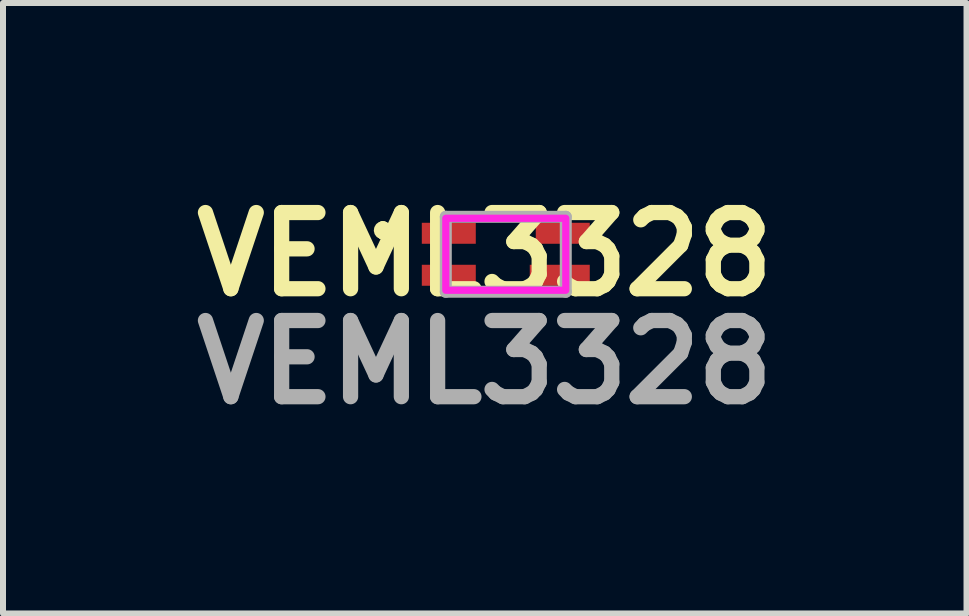
<source format=kicad_pcb>
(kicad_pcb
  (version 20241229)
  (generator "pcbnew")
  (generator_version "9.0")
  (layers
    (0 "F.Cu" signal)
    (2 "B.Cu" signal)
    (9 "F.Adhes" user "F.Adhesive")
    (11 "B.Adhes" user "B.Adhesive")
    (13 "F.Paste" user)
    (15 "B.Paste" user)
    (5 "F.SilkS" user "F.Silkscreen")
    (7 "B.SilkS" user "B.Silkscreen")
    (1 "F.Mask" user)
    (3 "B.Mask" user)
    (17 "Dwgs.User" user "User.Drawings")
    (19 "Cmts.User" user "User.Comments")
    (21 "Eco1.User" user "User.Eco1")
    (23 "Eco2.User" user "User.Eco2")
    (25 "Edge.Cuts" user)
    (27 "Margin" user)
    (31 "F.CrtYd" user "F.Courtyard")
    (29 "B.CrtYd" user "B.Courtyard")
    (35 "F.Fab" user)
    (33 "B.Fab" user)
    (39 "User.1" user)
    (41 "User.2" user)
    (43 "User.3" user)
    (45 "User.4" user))
  (footprint "VEML3328"
    (layer "F.Cu")
    (at 5.382 1.189)
    (property "Reference" "VEML3328" (at -0.35 0 0) (layer "F.SilkS") (effects (font (size 1.27 1.27) (thickness 0.254))))
    (attr smd)
    (fp_line (start -2.05 -0.45) (end -2.05 -0.45) (stroke (width 0.2) (type solid)) (layer "F.SilkS"))
    (fp_line (start -2.05 -0.35) (end -2.05 -0.35) (stroke (width 0.2) (type solid)) (layer "F.SilkS"))
    (fp_line (start -2.05 -0.35) (end -2.05 -0.35) (stroke (width 0.2) (type solid)) (layer "F.SilkS"))
    (fp_arc (start -2.05 -0.45) (mid -2 -0.4) (end -2.05 -0.35) (stroke (width 0.2) (type solid)) (layer "F.SilkS"))
    (fp_arc (start -2.05 -0.45) (mid -2 -0.4) (end -2.05 -0.35) (stroke (width 0.2) (type solid)) (layer "F.SilkS"))
    (fp_arc (start -2.05 -0.35) (mid -2.1 -0.4) (end -2.05 -0.45) (stroke (width 0.2) (type solid)) (layer "F.SilkS"))
    (fp_rect (start -1 -0.6) (end 1 0.6) (stroke (width 0.12) (type solid)) (fill no) (layer "F.CrtYd"))
    (fp_line (start -1 -0.625) (end -1 0.625) (stroke (width 0.2) (type solid)) (layer "F.Fab"))
    (fp_line (start -1 0.625) (end 1 0.625) (stroke (width 0.2) (type solid)) (layer "F.Fab"))
    (fp_line (start 1 -0.625) (end -1 -0.625) (stroke (width 0.2) (type solid)) (layer "F.Fab"))
    (fp_line (start 1 0.625) (end 1 -0.625) (stroke (width 0.2) (type solid)) (layer "F.Fab"))
    (fp_text user "${REFERENCE}" (at -0.35 1.8 0) (layer "F.Fab") (effects (font (size 1.27 1.27) (thickness 0.254))))
    (pad "1" smd rect (at -0.95 -0.35 90) (size 0.35 0.9) (layers "F.Cu" "F.Mask" "F.Paste"))
    (pad "2" smd rect (at -0.95 0.35 90) (size 0.35 0.9) (layers "F.Cu" "F.Mask" "F.Paste"))
    (pad "3" smd rect (at 0.9 0.35 90) (size 0.35 1) (layers "F.Cu" "F.Mask" "F.Paste"))
    (pad "4" smd rect (at 0.95 -0.35 90) (size 0.35 0.9) (layers "F.Cu" "F.Mask" "F.Paste")))
  (gr_rect
    (start -3 -3)
    (end 13.063 7.177)
    (stroke (width 0.1) (type default))
    (fill no)
    (layer "Edge.Cuts")))
</source>
